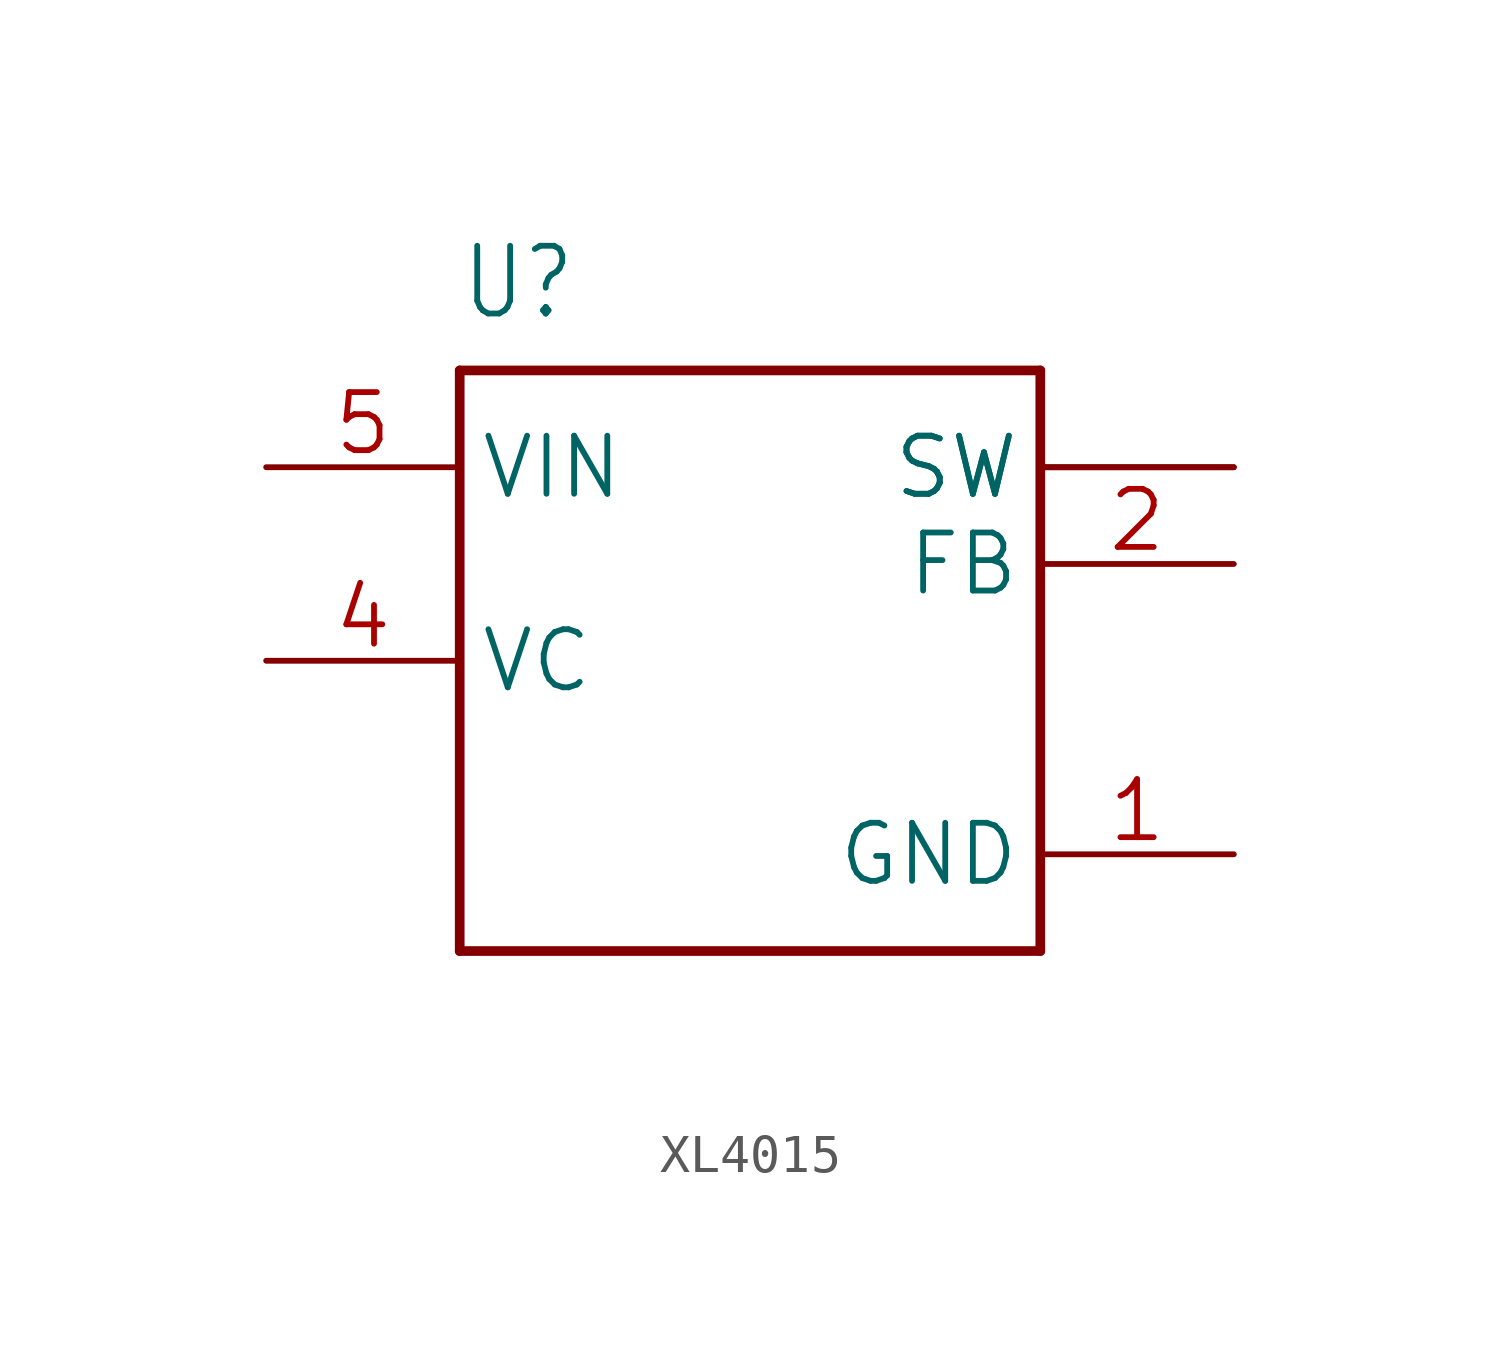
<source format=kicad_sym>
(kicad_symbol_lib
  (version 20241209)
  (generator "kicad_symbol_editor")
  (generator_version "9.0")
  (symbol "XL4015"
    (property "Reference" "U"
      (at -7.62 8.89 0)
      (effects (font (size 1.778 1.511)) (justify left bottom)))
    (property "Value" ""
      (at -7.62 -9.906 0)
      (effects (font (size 1.778 1.511)) (justify left bottom)))
    (property "ki_locked" ""
      (at 0 0 0)
      (effects (font (size 1.27 1.27))))
    (symbol "XL4015_1_0"
      (polyline (pts (xy -7.62 7.62) (xy -7.62 -7.62)) (stroke (width 0.254) (type solid)) (fill (type none)))
      (polyline (pts (xy -7.62 -7.62) (xy 7.62 -7.62)) (stroke (width 0.254) (type solid)) (fill (type none)))
      (polyline (pts (xy 7.62 7.62) (xy -7.62 7.62)) (stroke (width 0.254) (type solid)) (fill (type none)))
      (polyline (pts (xy 7.62 -7.62) (xy 7.62 7.62)) (stroke (width 0.254) (type solid)) (fill (type none)))
      (pin input line (at -12.7 5.08 0) (length 5.08) (name "VIN" (effects (font (size 1.524 1.524)))) (number "5" (effects (font (size 1.524 1.524)))))
      (pin passive line (at -12.7 0 0) (length 5.08) (name "VC" (effects (font (size 1.524 1.524)))) (number "4" (effects (font (size 1.524 1.524)))))
      (pin output line (at 12.7 5.08 180) (length 5.08) (name "SW" (effects (font (size 1.524 1.524)))) (number "3" (effects (font (size 0 0)))))
      (pin output line (at 12.7 5.08 180) (length 5.08) (name "SW" (effects (font (size 1.524 1.524)))) (number "3.1" (effects (font (size 0 0)))))
      (pin input line (at 12.7 2.54 180) (length 5.08) (name "FB" (effects (font (size 1.524 1.524)))) (number "2" (effects (font (size 1.524 1.524)))))
      (pin power_in line (at 12.7 -5.08 180) (length 5.08) (name "GND" (effects (font (size 1.524 1.524)))) (number "1" (effects (font (size 1.524 1.524))))))))
</source>
